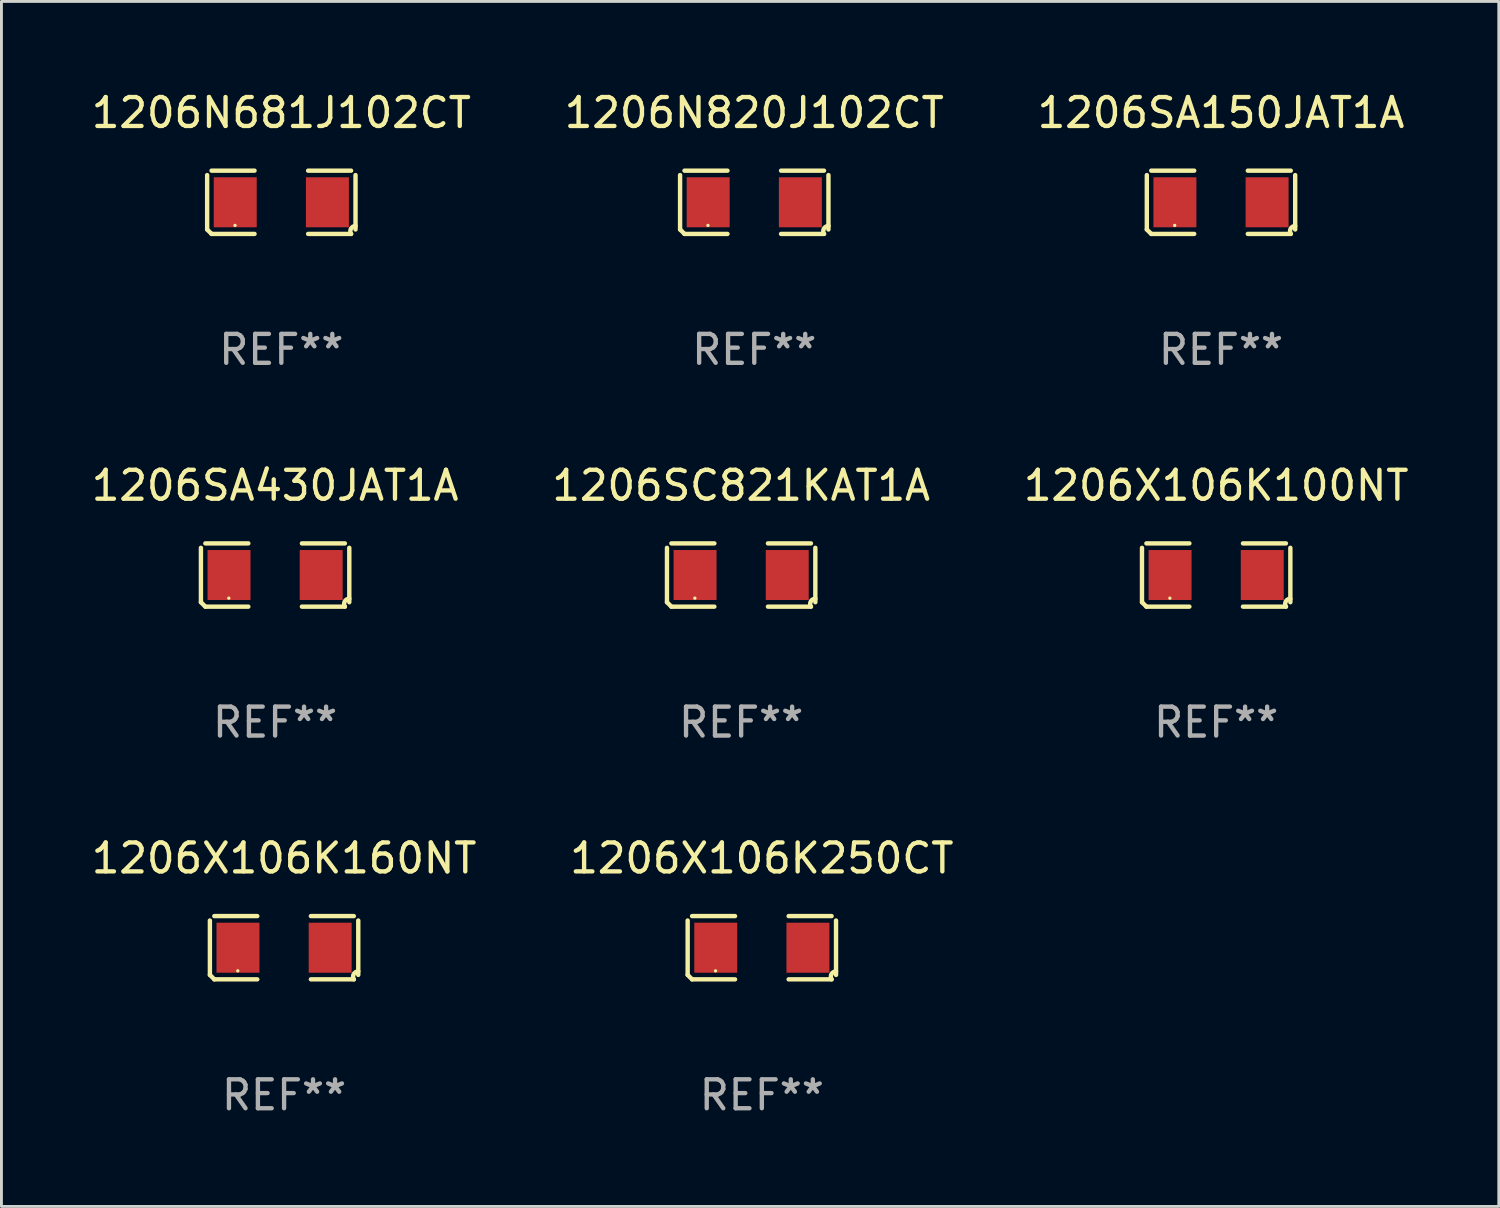
<source format=kicad_pcb>
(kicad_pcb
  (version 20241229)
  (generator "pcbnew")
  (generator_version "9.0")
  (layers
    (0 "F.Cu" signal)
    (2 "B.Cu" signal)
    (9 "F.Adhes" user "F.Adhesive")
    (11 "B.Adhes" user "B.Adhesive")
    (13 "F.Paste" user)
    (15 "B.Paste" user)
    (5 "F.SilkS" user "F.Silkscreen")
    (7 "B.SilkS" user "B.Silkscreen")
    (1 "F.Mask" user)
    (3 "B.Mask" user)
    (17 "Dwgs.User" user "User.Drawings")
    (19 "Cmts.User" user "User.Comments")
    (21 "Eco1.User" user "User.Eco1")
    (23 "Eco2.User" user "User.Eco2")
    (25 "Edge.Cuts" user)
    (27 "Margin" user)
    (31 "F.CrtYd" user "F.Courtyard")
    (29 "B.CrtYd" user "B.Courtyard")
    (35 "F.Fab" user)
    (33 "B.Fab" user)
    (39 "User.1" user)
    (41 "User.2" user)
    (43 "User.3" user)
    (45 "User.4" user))
  (footprint "1206SA150JAT1A"
    (layer "F.Cu")
    (at 39.149 3.941)
    (property "Reference" "1206SA150JAT1A" (at 0 -3.093 0) (layer "F.SilkS") (effects (font (size 1 1) (thickness 0.15))))
    (attr through_hole)
    (fp_line (start -2.564 0.94) (end -2.564 -0.94) (stroke (width 0.152) (type solid)) (layer "F.SilkS"))
    (fp_line (start -2.411 -1.093) (end -0.926 -1.093) (stroke (width 0.152) (type solid)) (layer "F.SilkS"))
    (fp_line (start -0.926 1.093) (end -2.411 1.093) (stroke (width 0.152) (type solid)) (layer "F.SilkS"))
    (fp_line (start 0.926 1.093) (end 2.411 1.093) (stroke (width 0.152) (type solid)) (layer "F.SilkS"))
    (fp_line (start 2.411 -1.093) (end 0.926 -1.093) (stroke (width 0.152) (type solid)) (layer "F.SilkS"))
    (fp_line (start 2.564 0.94) (end 2.564 -0.94) (stroke (width 0.152) (type solid)) (layer "F.SilkS"))
    (fp_arc (start -2.411201 1.092609) (mid -2.487413 1.01642) (end -2.563602 0.940208) (stroke (width 0.1524) (type solid)) (layer "F.SilkS"))
    (fp_arc (start 2.411201 1.092609) (mid 2.407159 0.911226) (end 2.563602 0.819347) (stroke (width 0.1524) (type solid)) (layer "F.SilkS"))
    (fp_circle (center -1.6 0.8) (end -1.57 0.8) (stroke (width 0.06) (type solid)) (fill no) (layer "F.SilkS"))
    (fp_text user "REF**" (at 0 5.093 0) (layer "F.Fab") (effects (font (size 1 1) (thickness 0.15))))
    (pad "1" smd rect (at -1.593 0) (size 1.485 1.728) (layers "F.Cu" "F.Mask" "F.Paste"))
    (pad "2" smd rect (at 1.593 0) (size 1.485 1.728) (layers "F.Cu" "F.Mask" "F.Paste")))
  (footprint "1206X106K100NT"
    (layer "F.Cu")
    (at 38.982 16.823)
    (property "Reference" "1206X106K100NT" (at 0 -3.093 0) (layer "F.SilkS") (effects (font (size 1 1) (thickness 0.15))))
    (attr through_hole)
    (fp_line (start -2.564 0.94) (end -2.564 -0.94) (stroke (width 0.152) (type solid)) (layer "F.SilkS"))
    (fp_line (start -2.411 -1.093) (end -0.926 -1.093) (stroke (width 0.152) (type solid)) (layer "F.SilkS"))
    (fp_line (start -0.926 1.093) (end -2.411 1.093) (stroke (width 0.152) (type solid)) (layer "F.SilkS"))
    (fp_line (start 0.926 1.093) (end 2.411 1.093) (stroke (width 0.152) (type solid)) (layer "F.SilkS"))
    (fp_line (start 2.411 -1.093) (end 0.926 -1.093) (stroke (width 0.152) (type solid)) (layer "F.SilkS"))
    (fp_line (start 2.564 0.94) (end 2.564 -0.94) (stroke (width 0.152) (type solid)) (layer "F.SilkS"))
    (fp_arc (start -2.411201 1.092609) (mid -2.487413 1.01642) (end -2.563602 0.940208) (stroke (width 0.1524) (type solid)) (layer "F.SilkS"))
    (fp_arc (start 2.411201 1.092609) (mid 2.407159 0.911226) (end 2.563602 0.819347) (stroke (width 0.1524) (type solid)) (layer "F.SilkS"))
    (fp_circle (center -1.6 0.8) (end -1.57 0.8) (stroke (width 0.06) (type solid)) (fill no) (layer "F.SilkS"))
    (fp_text user "REF**" (at 0 5.093 0) (layer "F.Fab") (effects (font (size 1 1) (thickness 0.15))))
    (pad "1" smd rect (at -1.593 0) (size 1.485 1.728) (layers "F.Cu" "F.Mask" "F.Paste"))
    (pad "2" smd rect (at 1.593 0) (size 1.485 1.728) (layers "F.Cu" "F.Mask" "F.Paste")))
  (footprint "1206SC821KAT1A"
    (layer "F.Cu")
    (at 22.565 16.823)
    (property "Reference" "1206SC821KAT1A" (at 0 -3.093 0) (layer "F.SilkS") (effects (font (size 1 1) (thickness 0.15))))
    (attr through_hole)
    (fp_line (start -2.564 0.94) (end -2.564 -0.94) (stroke (width 0.152) (type solid)) (layer "F.SilkS"))
    (fp_line (start -2.411 -1.093) (end -0.926 -1.093) (stroke (width 0.152) (type solid)) (layer "F.SilkS"))
    (fp_line (start -0.926 1.093) (end -2.411 1.093) (stroke (width 0.152) (type solid)) (layer "F.SilkS"))
    (fp_line (start 0.926 1.093) (end 2.411 1.093) (stroke (width 0.152) (type solid)) (layer "F.SilkS"))
    (fp_line (start 2.411 -1.093) (end 0.926 -1.093) (stroke (width 0.152) (type solid)) (layer "F.SilkS"))
    (fp_line (start 2.564 0.94) (end 2.564 -0.94) (stroke (width 0.152) (type solid)) (layer "F.SilkS"))
    (fp_arc (start -2.411201 1.092609) (mid -2.487413 1.01642) (end -2.563602 0.940208) (stroke (width 0.1524) (type solid)) (layer "F.SilkS"))
    (fp_arc (start 2.411201 1.092609) (mid 2.407159 0.911226) (end 2.563602 0.819347) (stroke (width 0.1524) (type solid)) (layer "F.SilkS"))
    (fp_circle (center -1.6 0.8) (end -1.57 0.8) (stroke (width 0.06) (type solid)) (fill no) (layer "F.SilkS"))
    (fp_text user "REF**" (at 0 5.093 0) (layer "F.Fab") (effects (font (size 1 1) (thickness 0.15))))
    (pad "1" smd rect (at -1.593 0) (size 1.485 1.728) (layers "F.Cu" "F.Mask" "F.Paste"))
    (pad "2" smd rect (at 1.593 0) (size 1.485 1.728) (layers "F.Cu" "F.Mask" "F.Paste")))
  (footprint "1206X106K250CT"
    (layer "F.Cu")
    (at 23.28 29.704)
    (property "Reference" "1206X106K250CT" (at 0 -3.093 0) (layer "F.SilkS") (effects (font (size 1 1) (thickness 0.15))))
    (attr through_hole)
    (fp_line (start -2.564 0.94) (end -2.564 -0.94) (stroke (width 0.152) (type solid)) (layer "F.SilkS"))
    (fp_line (start -2.411 -1.093) (end -0.926 -1.093) (stroke (width 0.152) (type solid)) (layer "F.SilkS"))
    (fp_line (start -0.926 1.093) (end -2.411 1.093) (stroke (width 0.152) (type solid)) (layer "F.SilkS"))
    (fp_line (start 0.926 1.093) (end 2.411 1.093) (stroke (width 0.152) (type solid)) (layer "F.SilkS"))
    (fp_line (start 2.411 -1.093) (end 0.926 -1.093) (stroke (width 0.152) (type solid)) (layer "F.SilkS"))
    (fp_line (start 2.564 0.94) (end 2.564 -0.94) (stroke (width 0.152) (type solid)) (layer "F.SilkS"))
    (fp_arc (start -2.411201 1.092609) (mid -2.487413 1.01642) (end -2.563602 0.940208) (stroke (width 0.1524) (type solid)) (layer "F.SilkS"))
    (fp_arc (start 2.411201 1.092609) (mid 2.407159 0.911226) (end 2.563602 0.819347) (stroke (width 0.1524) (type solid)) (layer "F.SilkS"))
    (fp_circle (center -1.6 0.8) (end -1.57 0.8) (stroke (width 0.06) (type solid)) (fill no) (layer "F.SilkS"))
    (fp_text user "REF**" (at 0 5.093 0) (layer "F.Fab") (effects (font (size 1 1) (thickness 0.15))))
    (pad "1" smd rect (at -1.593 0) (size 1.485 1.728) (layers "F.Cu" "F.Mask" "F.Paste"))
    (pad "2" smd rect (at 1.593 0) (size 1.485 1.728) (layers "F.Cu" "F.Mask" "F.Paste")))
  (footprint "1206X106K160NT"
    (layer "F.Cu")
    (at 6.768 29.704)
    (property "Reference" "1206X106K160NT" (at 0 -3.093 0) (layer "F.SilkS") (effects (font (size 1 1) (thickness 0.15))))
    (attr through_hole)
    (fp_line (start -2.564 0.94) (end -2.564 -0.94) (stroke (width 0.152) (type solid)) (layer "F.SilkS"))
    (fp_line (start -2.411 -1.093) (end -0.926 -1.093) (stroke (width 0.152) (type solid)) (layer "F.SilkS"))
    (fp_line (start -0.926 1.093) (end -2.411 1.093) (stroke (width 0.152) (type solid)) (layer "F.SilkS"))
    (fp_line (start 0.926 1.093) (end 2.411 1.093) (stroke (width 0.152) (type solid)) (layer "F.SilkS"))
    (fp_line (start 2.411 -1.093) (end 0.926 -1.093) (stroke (width 0.152) (type solid)) (layer "F.SilkS"))
    (fp_line (start 2.564 0.94) (end 2.564 -0.94) (stroke (width 0.152) (type solid)) (layer "F.SilkS"))
    (fp_arc (start -2.411201 1.092609) (mid -2.487413 1.01642) (end -2.563602 0.940208) (stroke (width 0.1524) (type solid)) (layer "F.SilkS"))
    (fp_arc (start 2.411201 1.092609) (mid 2.407159 0.911226) (end 2.563602 0.819347) (stroke (width 0.1524) (type solid)) (layer "F.SilkS"))
    (fp_circle (center -1.6 0.8) (end -1.57 0.8) (stroke (width 0.06) (type solid)) (fill no) (layer "F.SilkS"))
    (fp_text user "REF**" (at 0 5.093 0) (layer "F.Fab") (effects (font (size 1 1) (thickness 0.15))))
    (pad "1" smd rect (at -1.593 0) (size 1.485 1.728) (layers "F.Cu" "F.Mask" "F.Paste"))
    (pad "2" smd rect (at 1.593 0) (size 1.485 1.728) (layers "F.Cu" "F.Mask" "F.Paste")))
  (footprint "1206N681J102CT"
    (layer "F.Cu")
    (at 6.673 3.941)
    (property "Reference" "1206N681J102CT" (at 0 -3.093 0) (layer "F.SilkS") (effects (font (size 1 1) (thickness 0.15))))
    (attr through_hole)
    (fp_line (start -2.564 0.94) (end -2.564 -0.94) (stroke (width 0.152) (type solid)) (layer "F.SilkS"))
    (fp_line (start -2.411 -1.093) (end -0.926 -1.093) (stroke (width 0.152) (type solid)) (layer "F.SilkS"))
    (fp_line (start -0.926 1.093) (end -2.411 1.093) (stroke (width 0.152) (type solid)) (layer "F.SilkS"))
    (fp_line (start 0.926 1.093) (end 2.411 1.093) (stroke (width 0.152) (type solid)) (layer "F.SilkS"))
    (fp_line (start 2.411 -1.093) (end 0.926 -1.093) (stroke (width 0.152) (type solid)) (layer "F.SilkS"))
    (fp_line (start 2.564 0.94) (end 2.564 -0.94) (stroke (width 0.152) (type solid)) (layer "F.SilkS"))
    (fp_arc (start -2.411201 1.092609) (mid -2.487413 1.01642) (end -2.563602 0.940208) (stroke (width 0.1524) (type solid)) (layer "F.SilkS"))
    (fp_arc (start 2.411201 1.092609) (mid 2.407159 0.911226) (end 2.563602 0.819347) (stroke (width 0.1524) (type solid)) (layer "F.SilkS"))
    (fp_circle (center -1.6 0.8) (end -1.57 0.8) (stroke (width 0.06) (type solid)) (fill no) (layer "F.SilkS"))
    (fp_text user "REF**" (at 0 5.093 0) (layer "F.Fab") (effects (font (size 1 1) (thickness 0.15))))
    (pad "1" smd rect (at -1.593 0) (size 1.485 1.728) (layers "F.Cu" "F.Mask" "F.Paste"))
    (pad "2" smd rect (at 1.593 0) (size 1.485 1.728) (layers "F.Cu" "F.Mask" "F.Paste")))
  (footprint "1206N820J102CT"
    (layer "F.Cu")
    (at 23.018 3.941)
    (property "Reference" "1206N820J102CT" (at 0 -3.093 0) (layer "F.SilkS") (effects (font (size 1 1) (thickness 0.15))))
    (attr through_hole)
    (fp_line (start -2.564 0.94) (end -2.564 -0.94) (stroke (width 0.152) (type solid)) (layer "F.SilkS"))
    (fp_line (start -2.411 -1.093) (end -0.926 -1.093) (stroke (width 0.152) (type solid)) (layer "F.SilkS"))
    (fp_line (start -0.926 1.093) (end -2.411 1.093) (stroke (width 0.152) (type solid)) (layer "F.SilkS"))
    (fp_line (start 0.926 1.093) (end 2.411 1.093) (stroke (width 0.152) (type solid)) (layer "F.SilkS"))
    (fp_line (start 2.411 -1.093) (end 0.926 -1.093) (stroke (width 0.152) (type solid)) (layer "F.SilkS"))
    (fp_line (start 2.564 0.94) (end 2.564 -0.94) (stroke (width 0.152) (type solid)) (layer "F.SilkS"))
    (fp_arc (start -2.411201 1.092609) (mid -2.487413 1.01642) (end -2.563602 0.940208) (stroke (width 0.1524) (type solid)) (layer "F.SilkS"))
    (fp_arc (start 2.411201 1.092609) (mid 2.407159 0.911226) (end 2.563602 0.819347) (stroke (width 0.1524) (type solid)) (layer "F.SilkS"))
    (fp_circle (center -1.6 0.8) (end -1.57 0.8) (stroke (width 0.06) (type solid)) (fill no) (layer "F.SilkS"))
    (fp_text user "REF**" (at 0 5.093 0) (layer "F.Fab") (effects (font (size 1 1) (thickness 0.15))))
    (pad "1" smd rect (at -1.593 0) (size 1.485 1.728) (layers "F.Cu" "F.Mask" "F.Paste"))
    (pad "2" smd rect (at 1.593 0) (size 1.485 1.728) (layers "F.Cu" "F.Mask" "F.Paste")))
  (footprint "1206SA430JAT1A"
    (layer "F.Cu")
    (at 6.458 16.823)
    (property "Reference" "1206SA430JAT1A" (at 0 -3.093 0) (layer "F.SilkS") (effects (font (size 1 1) (thickness 0.15))))
    (attr through_hole)
    (fp_line (start -2.564 0.94) (end -2.564 -0.94) (stroke (width 0.152) (type solid)) (layer "F.SilkS"))
    (fp_line (start -2.411 -1.093) (end -0.926 -1.093) (stroke (width 0.152) (type solid)) (layer "F.SilkS"))
    (fp_line (start -0.926 1.093) (end -2.411 1.093) (stroke (width 0.152) (type solid)) (layer "F.SilkS"))
    (fp_line (start 0.926 1.093) (end 2.411 1.093) (stroke (width 0.152) (type solid)) (layer "F.SilkS"))
    (fp_line (start 2.411 -1.093) (end 0.926 -1.093) (stroke (width 0.152) (type solid)) (layer "F.SilkS"))
    (fp_line (start 2.564 0.94) (end 2.564 -0.94) (stroke (width 0.152) (type solid)) (layer "F.SilkS"))
    (fp_arc (start -2.411201 1.092609) (mid -2.487413 1.01642) (end -2.563602 0.940208) (stroke (width 0.1524) (type solid)) (layer "F.SilkS"))
    (fp_arc (start 2.411201 1.092609) (mid 2.407159 0.911226) (end 2.563602 0.819347) (stroke (width 0.1524) (type solid)) (layer "F.SilkS"))
    (fp_circle (center -1.6 0.8) (end -1.57 0.8) (stroke (width 0.06) (type solid)) (fill no) (layer "F.SilkS"))
    (fp_text user "REF**" (at 0 5.093 0) (layer "F.Fab") (effects (font (size 1 1) (thickness 0.15))))
    (pad "1" smd rect (at -1.593 0) (size 1.485 1.728) (layers "F.Cu" "F.Mask" "F.Paste"))
    (pad "2" smd rect (at 1.593 0) (size 1.485 1.728) (layers "F.Cu" "F.Mask" "F.Paste")))
  (gr_rect
    (start -3 -3)
    (end 48.75 38.645)
    (stroke (width 0.1) (type default))
    (fill no)
    (layer "Edge.Cuts")))
</source>
